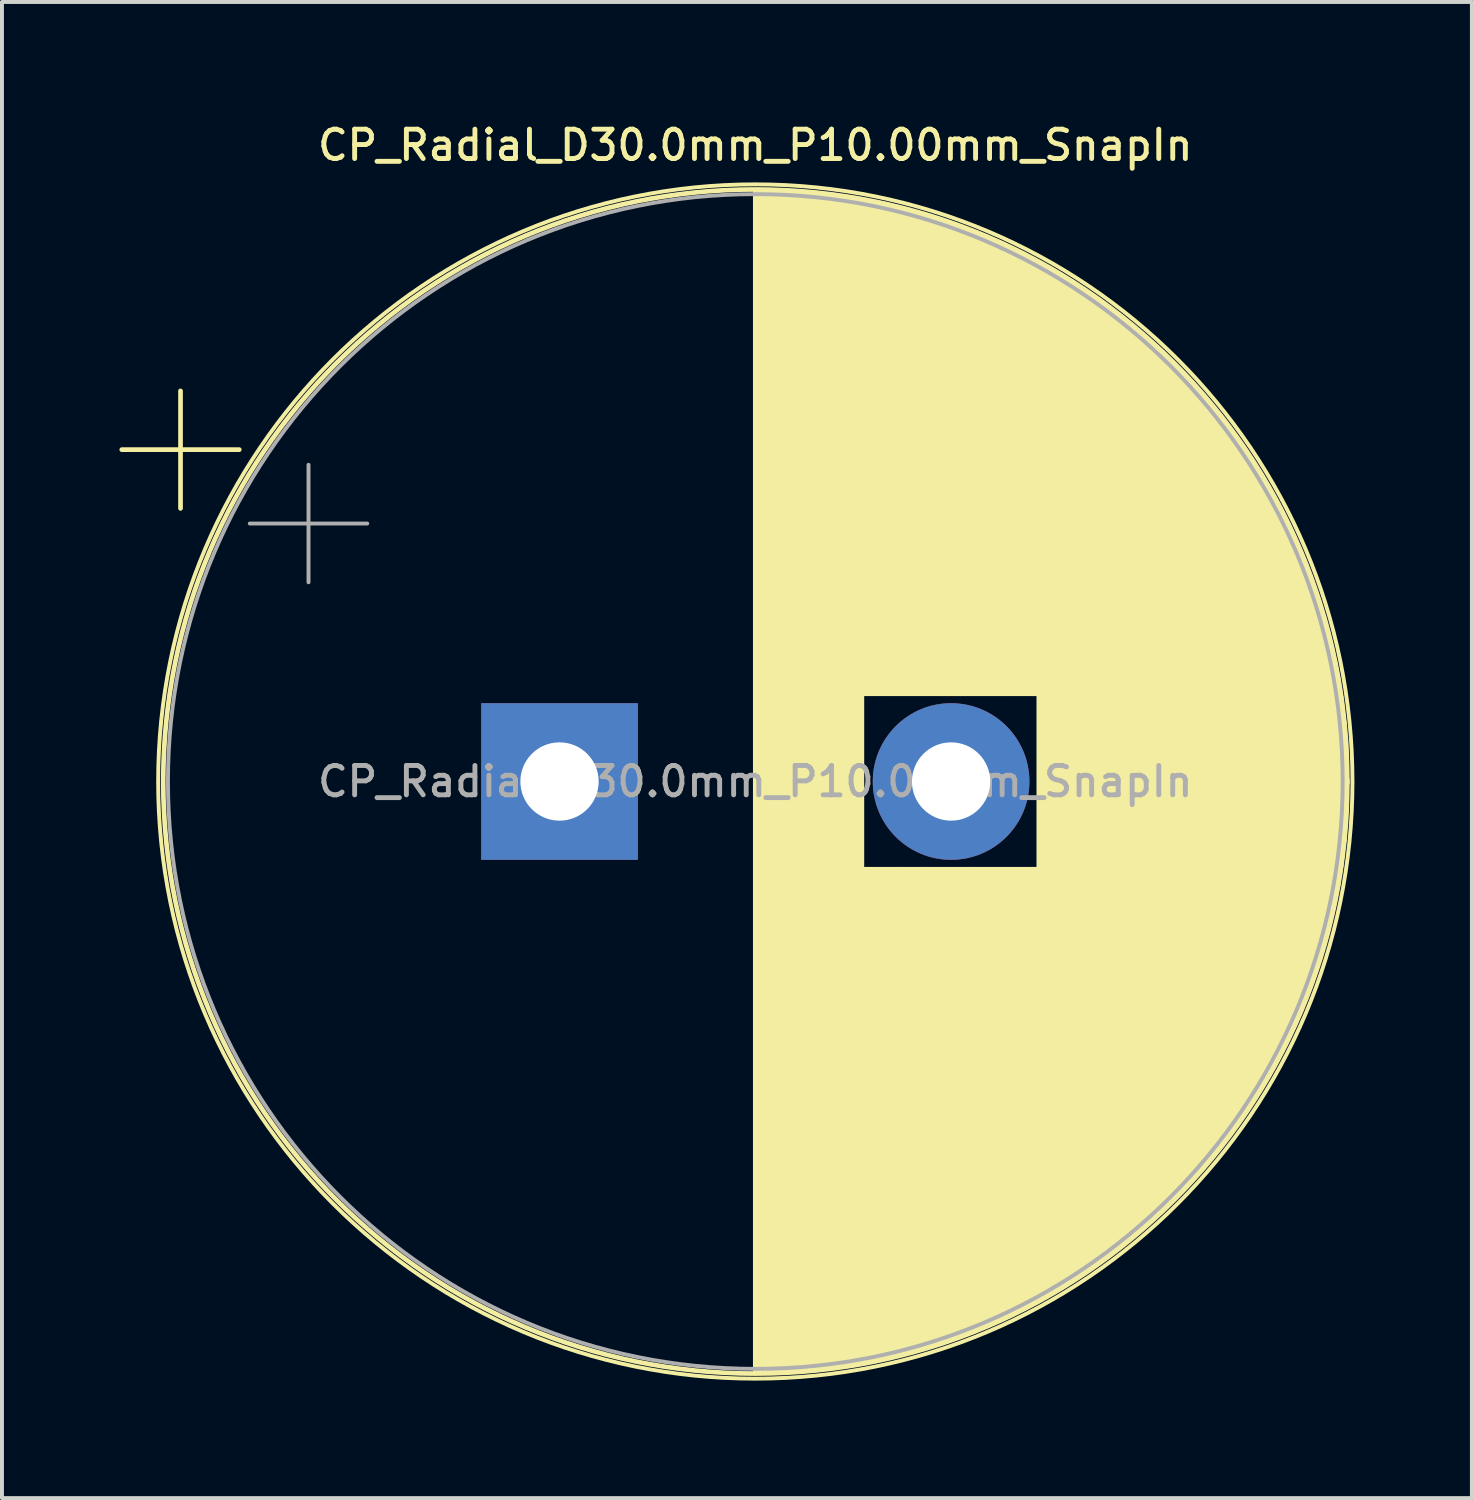
<source format=kicad_pcb>
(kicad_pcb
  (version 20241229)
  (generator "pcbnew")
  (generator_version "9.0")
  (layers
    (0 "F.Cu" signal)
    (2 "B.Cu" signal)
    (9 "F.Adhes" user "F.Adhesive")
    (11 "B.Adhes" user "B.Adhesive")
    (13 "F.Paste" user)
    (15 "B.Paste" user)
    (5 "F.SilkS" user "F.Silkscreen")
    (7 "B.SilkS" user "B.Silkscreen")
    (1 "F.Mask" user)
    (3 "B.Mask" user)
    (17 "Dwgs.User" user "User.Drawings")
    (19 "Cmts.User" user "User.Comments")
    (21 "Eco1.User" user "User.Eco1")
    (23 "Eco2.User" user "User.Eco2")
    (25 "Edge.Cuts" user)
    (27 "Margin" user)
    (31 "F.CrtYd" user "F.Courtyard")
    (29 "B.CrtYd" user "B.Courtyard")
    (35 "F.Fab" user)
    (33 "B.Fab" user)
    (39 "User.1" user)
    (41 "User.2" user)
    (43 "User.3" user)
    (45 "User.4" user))
  (footprint "CP_Radial_D30.0mm_P10.00mm_SnapIn"
    (layer "F.Cu")
    (at 11.239 16.908)
    (property "Reference" "CP_Radial_D30.0mm_P10.00mm_SnapIn" (at 5 -16.25 0) (layer "F.SilkS") (effects (font (size 0.75 0.75) (thickness 0.125))))
    (attr through_hole)
    (fp_line (start -11.179 -8.475) (end -8.179 -8.475) (stroke (width 0.12) (type solid)) (layer "F.SilkS"))
    (fp_line (start -9.679 -9.975) (end -9.679 -6.975) (stroke (width 0.12) (type solid)) (layer "F.SilkS"))
    (fp_line (start 5 -15.081) (end 5 15.081) (stroke (width 0.12) (type solid)) (layer "F.SilkS"))
    (fp_line (start 5.04 -15.08) (end 5.04 15.08) (stroke (width 0.12) (type solid)) (layer "F.SilkS"))
    (fp_line (start 5.08 -15.08) (end 5.08 15.08) (stroke (width 0.12) (type solid)) (layer "F.SilkS"))
    (fp_line (start 5.12 -15.08) (end 5.12 15.08) (stroke (width 0.12) (type solid)) (layer "F.SilkS"))
    (fp_line (start 5.16 -15.08) (end 5.16 15.08) (stroke (width 0.12) (type solid)) (layer "F.SilkS"))
    (fp_line (start 5.2 -15.079) (end 5.2 15.079) (stroke (width 0.12) (type solid)) (layer "F.SilkS"))
    (fp_line (start 5.24 -15.079) (end 5.24 15.079) (stroke (width 0.12) (type solid)) (layer "F.SilkS"))
    (fp_line (start 5.28 -15.078) (end 5.28 15.078) (stroke (width 0.12) (type solid)) (layer "F.SilkS"))
    (fp_line (start 5.32 -15.077) (end 5.32 15.077) (stroke (width 0.12) (type solid)) (layer "F.SilkS"))
    (fp_line (start 5.36 -15.076) (end 5.36 15.076) (stroke (width 0.12) (type solid)) (layer "F.SilkS"))
    (fp_line (start 5.4 -15.075) (end 5.4 15.075) (stroke (width 0.12) (type solid)) (layer "F.SilkS"))
    (fp_line (start 5.44 -15.074) (end 5.44 15.074) (stroke (width 0.12) (type solid)) (layer "F.SilkS"))
    (fp_line (start 5.48 -15.073) (end 5.48 15.073) (stroke (width 0.12) (type solid)) (layer "F.SilkS"))
    (fp_line (start 5.52 -15.072) (end 5.52 15.072) (stroke (width 0.12) (type solid)) (layer "F.SilkS"))
    (fp_line (start 5.56 -15.07) (end 5.56 15.07) (stroke (width 0.12) (type solid)) (layer "F.SilkS"))
    (fp_line (start 5.6 -15.069) (end 5.6 15.069) (stroke (width 0.12) (type solid)) (layer "F.SilkS"))
    (fp_line (start 5.64 -15.067) (end 5.64 15.067) (stroke (width 0.12) (type solid)) (layer "F.SilkS"))
    (fp_line (start 5.68 -15.065) (end 5.68 15.065) (stroke (width 0.12) (type solid)) (layer "F.SilkS"))
    (fp_line (start 5.721 -15.063) (end 5.721 15.063) (stroke (width 0.12) (type solid)) (layer "F.SilkS"))
    (fp_line (start 5.761 -15.061) (end 5.761 15.061) (stroke (width 0.12) (type solid)) (layer "F.SilkS"))
    (fp_line (start 5.801 -15.059) (end 5.801 15.059) (stroke (width 0.12) (type solid)) (layer "F.SilkS"))
    (fp_line (start 5.841 -15.057) (end 5.841 15.057) (stroke (width 0.12) (type solid)) (layer "F.SilkS"))
    (fp_line (start 5.881 -15.055) (end 5.881 15.055) (stroke (width 0.12) (type solid)) (layer "F.SilkS"))
    (fp_line (start 5.921 -15.052) (end 5.921 15.052) (stroke (width 0.12) (type solid)) (layer "F.SilkS"))
    (fp_line (start 5.961 -15.05) (end 5.961 15.05) (stroke (width 0.12) (type solid)) (layer "F.SilkS"))
    (fp_line (start 6.001 -15.047) (end 6.001 15.047) (stroke (width 0.12) (type solid)) (layer "F.SilkS"))
    (fp_line (start 6.041 -15.045) (end 6.041 15.045) (stroke (width 0.12) (type solid)) (layer "F.SilkS"))
    (fp_line (start 6.081 -15.042) (end 6.081 15.042) (stroke (width 0.12) (type solid)) (layer "F.SilkS"))
    (fp_line (start 6.121 -15.039) (end 6.121 15.039) (stroke (width 0.12) (type solid)) (layer "F.SilkS"))
    (fp_line (start 6.161 -15.036) (end 6.161 15.036) (stroke (width 0.12) (type solid)) (layer "F.SilkS"))
    (fp_line (start 6.201 -15.033) (end 6.201 15.033) (stroke (width 0.12) (type solid)) (layer "F.SilkS"))
    (fp_line (start 6.241 -15.03) (end 6.241 15.03) (stroke (width 0.12) (type solid)) (layer "F.SilkS"))
    (fp_line (start 6.281 -15.026) (end 6.281 15.026) (stroke (width 0.12) (type solid)) (layer "F.SilkS"))
    (fp_line (start 6.321 -15.023) (end 6.321 15.023) (stroke (width 0.12) (type solid)) (layer "F.SilkS"))
    (fp_line (start 6.361 -15.019) (end 6.361 15.019) (stroke (width 0.12) (type solid)) (layer "F.SilkS"))
    (fp_line (start 6.401 -15.016) (end 6.401 15.016) (stroke (width 0.12) (type solid)) (layer "F.SilkS"))
    (fp_line (start 6.441 -15.012) (end 6.441 15.012) (stroke (width 0.12) (type solid)) (layer "F.SilkS"))
    (fp_line (start 6.481 -15.008) (end 6.481 15.008) (stroke (width 0.12) (type solid)) (layer "F.SilkS"))
    (fp_line (start 6.521 -15.004) (end 6.521 15.004) (stroke (width 0.12) (type solid)) (layer "F.SilkS"))
    (fp_line (start 6.561 -15) (end 6.561 15) (stroke (width 0.12) (type solid)) (layer "F.SilkS"))
    (fp_line (start 6.601 -14.996) (end 6.601 14.996) (stroke (width 0.12) (type solid)) (layer "F.SilkS"))
    (fp_line (start 6.641 -14.991) (end 6.641 14.991) (stroke (width 0.12) (type solid)) (layer "F.SilkS"))
    (fp_line (start 6.681 -14.987) (end 6.681 14.987) (stroke (width 0.12) (type solid)) (layer "F.SilkS"))
    (fp_line (start 6.721 -14.982) (end 6.721 14.982) (stroke (width 0.12) (type solid)) (layer "F.SilkS"))
    (fp_line (start 6.761 -14.978) (end 6.761 14.978) (stroke (width 0.12) (type solid)) (layer "F.SilkS"))
    (fp_line (start 6.801 -14.973) (end 6.801 14.973) (stroke (width 0.12) (type solid)) (layer "F.SilkS"))
    (fp_line (start 6.841 -14.968) (end 6.841 14.968) (stroke (width 0.12) (type solid)) (layer "F.SilkS"))
    (fp_line (start 6.881 -14.963) (end 6.881 14.963) (stroke (width 0.12) (type solid)) (layer "F.SilkS"))
    (fp_line (start 6.921 -14.958) (end 6.921 14.958) (stroke (width 0.12) (type solid)) (layer "F.SilkS"))
    (fp_line (start 6.961 -14.953) (end 6.961 14.953) (stroke (width 0.12) (type solid)) (layer "F.SilkS"))
    (fp_line (start 7.001 -14.948) (end 7.001 14.948) (stroke (width 0.12) (type solid)) (layer "F.SilkS"))
    (fp_line (start 7.041 -14.942) (end 7.041 14.942) (stroke (width 0.12) (type solid)) (layer "F.SilkS"))
    (fp_line (start 7.081 -14.937) (end 7.081 14.937) (stroke (width 0.12) (type solid)) (layer "F.SilkS"))
    (fp_line (start 7.121 -14.931) (end 7.121 14.931) (stroke (width 0.12) (type solid)) (layer "F.SilkS"))
    (fp_line (start 7.161 -14.925) (end 7.161 14.925) (stroke (width 0.12) (type solid)) (layer "F.SilkS"))
    (fp_line (start 7.201 -14.92) (end 7.201 14.92) (stroke (width 0.12) (type solid)) (layer "F.SilkS"))
    (fp_line (start 7.241 -14.914) (end 7.241 14.914) (stroke (width 0.12) (type solid)) (layer "F.SilkS"))
    (fp_line (start 7.281 -14.908) (end 7.281 14.908) (stroke (width 0.12) (type solid)) (layer "F.SilkS"))
    (fp_line (start 7.321 -14.901) (end 7.321 14.901) (stroke (width 0.12) (type solid)) (layer "F.SilkS"))
    (fp_line (start 7.361 -14.895) (end 7.361 14.895) (stroke (width 0.12) (type solid)) (layer "F.SilkS"))
    (fp_line (start 7.401 -14.889) (end 7.401 14.889) (stroke (width 0.12) (type solid)) (layer "F.SilkS"))
    (fp_line (start 7.441 -14.882) (end 7.441 14.882) (stroke (width 0.12) (type solid)) (layer "F.SilkS"))
    (fp_line (start 7.481 -14.876) (end 7.481 14.876) (stroke (width 0.12) (type solid)) (layer "F.SilkS"))
    (fp_line (start 7.521 -14.869) (end 7.521 14.869) (stroke (width 0.12) (type solid)) (layer "F.SilkS"))
    (fp_line (start 7.561 -14.862) (end 7.561 14.862) (stroke (width 0.12) (type solid)) (layer "F.SilkS"))
    (fp_line (start 7.601 -14.855) (end 7.601 14.855) (stroke (width 0.12) (type solid)) (layer "F.SilkS"))
    (fp_line (start 7.641 -14.848) (end 7.641 14.848) (stroke (width 0.12) (type solid)) (layer "F.SilkS"))
    (fp_line (start 7.681 -14.841) (end 7.681 14.841) (stroke (width 0.12) (type solid)) (layer "F.SilkS"))
    (fp_line (start 7.721 -14.834) (end 7.721 14.834) (stroke (width 0.12) (type solid)) (layer "F.SilkS"))
    (fp_line (start 7.761 -14.826) (end 7.761 -2.24) (stroke (width 0.12) (type solid)) (layer "F.SilkS"))
    (fp_line (start 7.761 2.24) (end 7.761 14.826) (stroke (width 0.12) (type solid)) (layer "F.SilkS"))
    (fp_line (start 7.801 -14.819) (end 7.801 -2.24) (stroke (width 0.12) (type solid)) (layer "F.SilkS"))
    (fp_line (start 7.801 2.24) (end 7.801 14.819) (stroke (width 0.12) (type solid)) (layer "F.SilkS"))
    (fp_line (start 7.841 -14.811) (end 7.841 -2.24) (stroke (width 0.12) (type solid)) (layer "F.SilkS"))
    (fp_line (start 7.841 2.24) (end 7.841 14.811) (stroke (width 0.12) (type solid)) (layer "F.SilkS"))
    (fp_line (start 7.881 -14.804) (end 7.881 -2.24) (stroke (width 0.12) (type solid)) (layer "F.SilkS"))
    (fp_line (start 7.881 2.24) (end 7.881 14.804) (stroke (width 0.12) (type solid)) (layer "F.SilkS"))
    (fp_line (start 7.921 -14.796) (end 7.921 -2.24) (stroke (width 0.12) (type solid)) (layer "F.SilkS"))
    (fp_line (start 7.921 2.24) (end 7.921 14.796) (stroke (width 0.12) (type solid)) (layer "F.SilkS"))
    (fp_line (start 7.961 -14.788) (end 7.961 -2.24) (stroke (width 0.12) (type solid)) (layer "F.SilkS"))
    (fp_line (start 7.961 2.24) (end 7.961 14.788) (stroke (width 0.12) (type solid)) (layer "F.SilkS"))
    (fp_line (start 8.001 -14.78) (end 8.001 -2.24) (stroke (width 0.12) (type solid)) (layer "F.SilkS"))
    (fp_line (start 8.001 2.24) (end 8.001 14.78) (stroke (width 0.12) (type solid)) (layer "F.SilkS"))
    (fp_line (start 8.041 -14.772) (end 8.041 -2.24) (stroke (width 0.12) (type solid)) (layer "F.SilkS"))
    (fp_line (start 8.041 2.24) (end 8.041 14.772) (stroke (width 0.12) (type solid)) (layer "F.SilkS"))
    (fp_line (start 8.081 -14.763) (end 8.081 -2.24) (stroke (width 0.12) (type solid)) (layer "F.SilkS"))
    (fp_line (start 8.081 2.24) (end 8.081 14.763) (stroke (width 0.12) (type solid)) (layer "F.SilkS"))
    (fp_line (start 8.121 -14.755) (end 8.121 -2.24) (stroke (width 0.12) (type solid)) (layer "F.SilkS"))
    (fp_line (start 8.121 2.24) (end 8.121 14.755) (stroke (width 0.12) (type solid)) (layer "F.SilkS"))
    (fp_line (start 8.161 -14.747) (end 8.161 -2.24) (stroke (width 0.12) (type solid)) (layer "F.SilkS"))
    (fp_line (start 8.161 2.24) (end 8.161 14.747) (stroke (width 0.12) (type solid)) (layer "F.SilkS"))
    (fp_line (start 8.201 -14.738) (end 8.201 -2.24) (stroke (width 0.12) (type solid)) (layer "F.SilkS"))
    (fp_line (start 8.201 2.24) (end 8.201 14.738) (stroke (width 0.12) (type solid)) (layer "F.SilkS"))
    (fp_line (start 8.241 -14.729) (end 8.241 -2.24) (stroke (width 0.12) (type solid)) (layer "F.SilkS"))
    (fp_line (start 8.241 2.24) (end 8.241 14.729) (stroke (width 0.12) (type solid)) (layer "F.SilkS"))
    (fp_line (start 8.281 -14.72) (end 8.281 -2.24) (stroke (width 0.12) (type solid)) (layer "F.SilkS"))
    (fp_line (start 8.281 2.24) (end 8.281 14.72) (stroke (width 0.12) (type solid)) (layer "F.SilkS"))
    (fp_line (start 8.321 -14.711) (end 8.321 -2.24) (stroke (width 0.12) (type solid)) (layer "F.SilkS"))
    (fp_line (start 8.321 2.24) (end 8.321 14.711) (stroke (width 0.12) (type solid)) (layer "F.SilkS"))
    (fp_line (start 8.361 -14.702) (end 8.361 -2.24) (stroke (width 0.12) (type solid)) (layer "F.SilkS"))
    (fp_line (start 8.361 2.24) (end 8.361 14.702) (stroke (width 0.12) (type solid)) (layer "F.SilkS"))
    (fp_line (start 8.401 -14.693) (end 8.401 -2.24) (stroke (width 0.12) (type solid)) (layer "F.SilkS"))
    (fp_line (start 8.401 2.24) (end 8.401 14.693) (stroke (width 0.12) (type solid)) (layer "F.SilkS"))
    (fp_line (start 8.441 -14.684) (end 8.441 -2.24) (stroke (width 0.12) (type solid)) (layer "F.SilkS"))
    (fp_line (start 8.441 2.24) (end 8.441 14.684) (stroke (width 0.12) (type solid)) (layer "F.SilkS"))
    (fp_line (start 8.481 -14.675) (end 8.481 -2.24) (stroke (width 0.12) (type solid)) (layer "F.SilkS"))
    (fp_line (start 8.481 2.24) (end 8.481 14.675) (stroke (width 0.12) (type solid)) (layer "F.SilkS"))
    (fp_line (start 8.521 -14.665) (end 8.521 -2.24) (stroke (width 0.12) (type solid)) (layer "F.SilkS"))
    (fp_line (start 8.521 2.24) (end 8.521 14.665) (stroke (width 0.12) (type solid)) (layer "F.SilkS"))
    (fp_line (start 8.561 -14.655) (end 8.561 -2.24) (stroke (width 0.12) (type solid)) (layer "F.SilkS"))
    (fp_line (start 8.561 2.24) (end 8.561 14.655) (stroke (width 0.12) (type solid)) (layer "F.SilkS"))
    (fp_line (start 8.601 -14.646) (end 8.601 -2.24) (stroke (width 0.12) (type solid)) (layer "F.SilkS"))
    (fp_line (start 8.601 2.24) (end 8.601 14.646) (stroke (width 0.12) (type solid)) (layer "F.SilkS"))
    (fp_line (start 8.641 -14.636) (end 8.641 -2.24) (stroke (width 0.12) (type solid)) (layer "F.SilkS"))
    (fp_line (start 8.641 2.24) (end 8.641 14.636) (stroke (width 0.12) (type solid)) (layer "F.SilkS"))
    (fp_line (start 8.681 -14.626) (end 8.681 -2.24) (stroke (width 0.12) (type solid)) (layer "F.SilkS"))
    (fp_line (start 8.681 2.24) (end 8.681 14.626) (stroke (width 0.12) (type solid)) (layer "F.SilkS"))
    (fp_line (start 8.721 -14.616) (end 8.721 -2.24) (stroke (width 0.12) (type solid)) (layer "F.SilkS"))
    (fp_line (start 8.721 2.24) (end 8.721 14.616) (stroke (width 0.12) (type solid)) (layer "F.SilkS"))
    (fp_line (start 8.761 -14.606) (end 8.761 -2.24) (stroke (width 0.12) (type solid)) (layer "F.SilkS"))
    (fp_line (start 8.761 2.24) (end 8.761 14.606) (stroke (width 0.12) (type solid)) (layer "F.SilkS"))
    (fp_line (start 8.801 -14.595) (end 8.801 -2.24) (stroke (width 0.12) (type solid)) (layer "F.SilkS"))
    (fp_line (start 8.801 2.24) (end 8.801 14.595) (stroke (width 0.12) (type solid)) (layer "F.SilkS"))
    (fp_line (start 8.841 -14.585) (end 8.841 -2.24) (stroke (width 0.12) (type solid)) (layer "F.SilkS"))
    (fp_line (start 8.841 2.24) (end 8.841 14.585) (stroke (width 0.12) (type solid)) (layer "F.SilkS"))
    (fp_line (start 8.881 -14.574) (end 8.881 -2.24) (stroke (width 0.12) (type solid)) (layer "F.SilkS"))
    (fp_line (start 8.881 2.24) (end 8.881 14.574) (stroke (width 0.12) (type solid)) (layer "F.SilkS"))
    (fp_line (start 8.921 -14.564) (end 8.921 -2.24) (stroke (width 0.12) (type solid)) (layer "F.SilkS"))
    (fp_line (start 8.921 2.24) (end 8.921 14.564) (stroke (width 0.12) (type solid)) (layer "F.SilkS"))
    (fp_line (start 8.961 -14.553) (end 8.961 -2.24) (stroke (width 0.12) (type solid)) (layer "F.SilkS"))
    (fp_line (start 8.961 2.24) (end 8.961 14.553) (stroke (width 0.12) (type solid)) (layer "F.SilkS"))
    (fp_line (start 9.001 -14.542) (end 9.001 -2.24) (stroke (width 0.12) (type solid)) (layer "F.SilkS"))
    (fp_line (start 9.001 2.24) (end 9.001 14.542) (stroke (width 0.12) (type solid)) (layer "F.SilkS"))
    (fp_line (start 9.041 -14.531) (end 9.041 -2.24) (stroke (width 0.12) (type solid)) (layer "F.SilkS"))
    (fp_line (start 9.041 2.24) (end 9.041 14.531) (stroke (width 0.12) (type solid)) (layer "F.SilkS"))
    (fp_line (start 9.081 -14.52) (end 9.081 -2.24) (stroke (width 0.12) (type solid)) (layer "F.SilkS"))
    (fp_line (start 9.081 2.24) (end 9.081 14.52) (stroke (width 0.12) (type solid)) (layer "F.SilkS"))
    (fp_line (start 9.121 -14.508) (end 9.121 -2.24) (stroke (width 0.12) (type solid)) (layer "F.SilkS"))
    (fp_line (start 9.121 2.24) (end 9.121 14.508) (stroke (width 0.12) (type solid)) (layer "F.SilkS"))
    (fp_line (start 9.161 -14.497) (end 9.161 -2.24) (stroke (width 0.12) (type solid)) (layer "F.SilkS"))
    (fp_line (start 9.161 2.24) (end 9.161 14.497) (stroke (width 0.12) (type solid)) (layer "F.SilkS"))
    (fp_line (start 9.201 -14.485) (end 9.201 -2.24) (stroke (width 0.12) (type solid)) (layer "F.SilkS"))
    (fp_line (start 9.201 2.24) (end 9.201 14.485) (stroke (width 0.12) (type solid)) (layer "F.SilkS"))
    (fp_line (start 9.241 -14.474) (end 9.241 -2.24) (stroke (width 0.12) (type solid)) (layer "F.SilkS"))
    (fp_line (start 9.241 2.24) (end 9.241 14.474) (stroke (width 0.12) (type solid)) (layer "F.SilkS"))
    (fp_line (start 9.281 -14.462) (end 9.281 -2.24) (stroke (width 0.12) (type solid)) (layer "F.SilkS"))
    (fp_line (start 9.281 2.24) (end 9.281 14.462) (stroke (width 0.12) (type solid)) (layer "F.SilkS"))
    (fp_line (start 9.321 -14.45) (end 9.321 -2.24) (stroke (width 0.12) (type solid)) (layer "F.SilkS"))
    (fp_line (start 9.321 2.24) (end 9.321 14.45) (stroke (width 0.12) (type solid)) (layer "F.SilkS"))
    (fp_line (start 9.361 -14.438) (end 9.361 -2.24) (stroke (width 0.12) (type solid)) (layer "F.SilkS"))
    (fp_line (start 9.361 2.24) (end 9.361 14.438) (stroke (width 0.12) (type solid)) (layer "F.SilkS"))
    (fp_line (start 9.401 -14.426) (end 9.401 -2.24) (stroke (width 0.12) (type solid)) (layer "F.SilkS"))
    (fp_line (start 9.401 2.24) (end 9.401 14.426) (stroke (width 0.12) (type solid)) (layer "F.SilkS"))
    (fp_line (start 9.441 -14.414) (end 9.441 -2.24) (stroke (width 0.12) (type solid)) (layer "F.SilkS"))
    (fp_line (start 9.441 2.24) (end 9.441 14.414) (stroke (width 0.12) (type solid)) (layer "F.SilkS"))
    (fp_line (start 9.481 -14.402) (end 9.481 -2.24) (stroke (width 0.12) (type solid)) (layer "F.SilkS"))
    (fp_line (start 9.481 2.24) (end 9.481 14.402) (stroke (width 0.12) (type solid)) (layer "F.SilkS"))
    (fp_line (start 9.521 -14.389) (end 9.521 -2.24) (stroke (width 0.12) (type solid)) (layer "F.SilkS"))
    (fp_line (start 9.521 2.24) (end 9.521 14.389) (stroke (width 0.12) (type solid)) (layer "F.SilkS"))
    (fp_line (start 9.561 -14.376) (end 9.561 -2.24) (stroke (width 0.12) (type solid)) (layer "F.SilkS"))
    (fp_line (start 9.561 2.24) (end 9.561 14.376) (stroke (width 0.12) (type solid)) (layer "F.SilkS"))
    (fp_line (start 9.601 -14.364) (end 9.601 -2.24) (stroke (width 0.12) (type solid)) (layer "F.SilkS"))
    (fp_line (start 9.601 2.24) (end 9.601 14.364) (stroke (width 0.12) (type solid)) (layer "F.SilkS"))
    (fp_line (start 9.641 -14.351) (end 9.641 -2.24) (stroke (width 0.12) (type solid)) (layer "F.SilkS"))
    (fp_line (start 9.641 2.24) (end 9.641 14.351) (stroke (width 0.12) (type solid)) (layer "F.SilkS"))
    (fp_line (start 9.681 -14.338) (end 9.681 -2.24) (stroke (width 0.12) (type solid)) (layer "F.SilkS"))
    (fp_line (start 9.681 2.24) (end 9.681 14.338) (stroke (width 0.12) (type solid)) (layer "F.SilkS"))
    (fp_line (start 9.721 -14.325) (end 9.721 -2.24) (stroke (width 0.12) (type solid)) (layer "F.SilkS"))
    (fp_line (start 9.721 2.24) (end 9.721 14.325) (stroke (width 0.12) (type solid)) (layer "F.SilkS"))
    (fp_line (start 9.761 -14.312) (end 9.761 -2.24) (stroke (width 0.12) (type solid)) (layer "F.SilkS"))
    (fp_line (start 9.761 2.24) (end 9.761 14.312) (stroke (width 0.12) (type solid)) (layer "F.SilkS"))
    (fp_line (start 9.801 -14.298) (end 9.801 -2.24) (stroke (width 0.12) (type solid)) (layer "F.SilkS"))
    (fp_line (start 9.801 2.24) (end 9.801 14.298) (stroke (width 0.12) (type solid)) (layer "F.SilkS"))
    (fp_line (start 9.841 -14.285) (end 9.841 -2.24) (stroke (width 0.12) (type solid)) (layer "F.SilkS"))
    (fp_line (start 9.841 2.24) (end 9.841 14.285) (stroke (width 0.12) (type solid)) (layer "F.SilkS"))
    (fp_line (start 9.881 -14.271) (end 9.881 -2.24) (stroke (width 0.12) (type solid)) (layer "F.SilkS"))
    (fp_line (start 9.881 2.24) (end 9.881 14.271) (stroke (width 0.12) (type solid)) (layer "F.SilkS"))
    (fp_line (start 9.921 -14.258) (end 9.921 -2.24) (stroke (width 0.12) (type solid)) (layer "F.SilkS"))
    (fp_line (start 9.921 2.24) (end 9.921 14.258) (stroke (width 0.12) (type solid)) (layer "F.SilkS"))
    (fp_line (start 9.961 -14.244) (end 9.961 -2.24) (stroke (width 0.12) (type solid)) (layer "F.SilkS"))
    (fp_line (start 9.961 2.24) (end 9.961 14.244) (stroke (width 0.12) (type solid)) (layer "F.SilkS"))
    (fp_line (start 10.001 -14.23) (end 10.001 -2.24) (stroke (width 0.12) (type solid)) (layer "F.SilkS"))
    (fp_line (start 10.001 2.24) (end 10.001 14.23) (stroke (width 0.12) (type solid)) (layer "F.SilkS"))
    (fp_line (start 10.041 -14.216) (end 10.041 -2.24) (stroke (width 0.12) (type solid)) (layer "F.SilkS"))
    (fp_line (start 10.041 2.24) (end 10.041 14.216) (stroke (width 0.12) (type solid)) (layer "F.SilkS"))
    (fp_line (start 10.081 -14.202) (end 10.081 -2.24) (stroke (width 0.12) (type solid)) (layer "F.SilkS"))
    (fp_line (start 10.081 2.24) (end 10.081 14.202) (stroke (width 0.12) (type solid)) (layer "F.SilkS"))
    (fp_line (start 10.121 -14.187) (end 10.121 -2.24) (stroke (width 0.12) (type solid)) (layer "F.SilkS"))
    (fp_line (start 10.121 2.24) (end 10.121 14.187) (stroke (width 0.12) (type solid)) (layer "F.SilkS"))
    (fp_line (start 10.161 -14.173) (end 10.161 -2.24) (stroke (width 0.12) (type solid)) (layer "F.SilkS"))
    (fp_line (start 10.161 2.24) (end 10.161 14.173) (stroke (width 0.12) (type solid)) (layer "F.SilkS"))
    (fp_line (start 10.201 -14.158) (end 10.201 -2.24) (stroke (width 0.12) (type solid)) (layer "F.SilkS"))
    (fp_line (start 10.201 2.24) (end 10.201 14.158) (stroke (width 0.12) (type solid)) (layer "F.SilkS"))
    (fp_line (start 10.241 -14.143) (end 10.241 -2.24) (stroke (width 0.12) (type solid)) (layer "F.SilkS"))
    (fp_line (start 10.241 2.24) (end 10.241 14.143) (stroke (width 0.12) (type solid)) (layer "F.SilkS"))
    (fp_line (start 10.281 -14.129) (end 10.281 -2.24) (stroke (width 0.12) (type solid)) (layer "F.SilkS"))
    (fp_line (start 10.281 2.24) (end 10.281 14.129) (stroke (width 0.12) (type solid)) (layer "F.SilkS"))
    (fp_line (start 10.321 -14.114) (end 10.321 -2.24) (stroke (width 0.12) (type solid)) (layer "F.SilkS"))
    (fp_line (start 10.321 2.24) (end 10.321 14.114) (stroke (width 0.12) (type solid)) (layer "F.SilkS"))
    (fp_line (start 10.361 -14.099) (end 10.361 -2.24) (stroke (width 0.12) (type solid)) (layer "F.SilkS"))
    (fp_line (start 10.361 2.24) (end 10.361 14.099) (stroke (width 0.12) (type solid)) (layer "F.SilkS"))
    (fp_line (start 10.401 -14.083) (end 10.401 -2.24) (stroke (width 0.12) (type solid)) (layer "F.SilkS"))
    (fp_line (start 10.401 2.24) (end 10.401 14.083) (stroke (width 0.12) (type solid)) (layer "F.SilkS"))
    (fp_line (start 10.441 -14.068) (end 10.441 -2.24) (stroke (width 0.12) (type solid)) (layer "F.SilkS"))
    (fp_line (start 10.441 2.24) (end 10.441 14.068) (stroke (width 0.12) (type solid)) (layer "F.SilkS"))
    (fp_line (start 10.481 -14.052) (end 10.481 -2.24) (stroke (width 0.12) (type solid)) (layer "F.SilkS"))
    (fp_line (start 10.481 2.24) (end 10.481 14.052) (stroke (width 0.12) (type solid)) (layer "F.SilkS"))
    (fp_line (start 10.521 -14.037) (end 10.521 -2.24) (stroke (width 0.12) (type solid)) (layer "F.SilkS"))
    (fp_line (start 10.521 2.24) (end 10.521 14.037) (stroke (width 0.12) (type solid)) (layer "F.SilkS"))
    (fp_line (start 10.561 -14.021) (end 10.561 -2.24) (stroke (width 0.12) (type solid)) (layer "F.SilkS"))
    (fp_line (start 10.561 2.24) (end 10.561 14.021) (stroke (width 0.12) (type solid)) (layer "F.SilkS"))
    (fp_line (start 10.601 -14.005) (end 10.601 -2.24) (stroke (width 0.12) (type solid)) (layer "F.SilkS"))
    (fp_line (start 10.601 2.24) (end 10.601 14.005) (stroke (width 0.12) (type solid)) (layer "F.SilkS"))
    (fp_line (start 10.641 -13.989) (end 10.641 -2.24) (stroke (width 0.12) (type solid)) (layer "F.SilkS"))
    (fp_line (start 10.641 2.24) (end 10.641 13.989) (stroke (width 0.12) (type solid)) (layer "F.SilkS"))
    (fp_line (start 10.681 -13.973) (end 10.681 -2.24) (stroke (width 0.12) (type solid)) (layer "F.SilkS"))
    (fp_line (start 10.681 2.24) (end 10.681 13.973) (stroke (width 0.12) (type solid)) (layer "F.SilkS"))
    (fp_line (start 10.721 -13.957) (end 10.721 -2.24) (stroke (width 0.12) (type solid)) (layer "F.SilkS"))
    (fp_line (start 10.721 2.24) (end 10.721 13.957) (stroke (width 0.12) (type solid)) (layer "F.SilkS"))
    (fp_line (start 10.761 -13.94) (end 10.761 -2.24) (stroke (width 0.12) (type solid)) (layer "F.SilkS"))
    (fp_line (start 10.761 2.24) (end 10.761 13.94) (stroke (width 0.12) (type solid)) (layer "F.SilkS"))
    (fp_line (start 10.801 -13.924) (end 10.801 -2.24) (stroke (width 0.12) (type solid)) (layer "F.SilkS"))
    (fp_line (start 10.801 2.24) (end 10.801 13.924) (stroke (width 0.12) (type solid)) (layer "F.SilkS"))
    (fp_line (start 10.841 -13.907) (end 10.841 -2.24) (stroke (width 0.12) (type solid)) (layer "F.SilkS"))
    (fp_line (start 10.841 2.24) (end 10.841 13.907) (stroke (width 0.12) (type solid)) (layer "F.SilkS"))
    (fp_line (start 10.881 -13.89) (end 10.881 -2.24) (stroke (width 0.12) (type solid)) (layer "F.SilkS"))
    (fp_line (start 10.881 2.24) (end 10.881 13.89) (stroke (width 0.12) (type solid)) (layer "F.SilkS"))
    (fp_line (start 10.921 -13.873) (end 10.921 -2.24) (stroke (width 0.12) (type solid)) (layer "F.SilkS"))
    (fp_line (start 10.921 2.24) (end 10.921 13.873) (stroke (width 0.12) (type solid)) (layer "F.SilkS"))
    (fp_line (start 10.961 -13.856) (end 10.961 -2.24) (stroke (width 0.12) (type solid)) (layer "F.SilkS"))
    (fp_line (start 10.961 2.24) (end 10.961 13.856) (stroke (width 0.12) (type solid)) (layer "F.SilkS"))
    (fp_line (start 11.001 -13.839) (end 11.001 -2.24) (stroke (width 0.12) (type solid)) (layer "F.SilkS"))
    (fp_line (start 11.001 2.24) (end 11.001 13.839) (stroke (width 0.12) (type solid)) (layer "F.SilkS"))
    (fp_line (start 11.041 -13.822) (end 11.041 -2.24) (stroke (width 0.12) (type solid)) (layer "F.SilkS"))
    (fp_line (start 11.041 2.24) (end 11.041 13.822) (stroke (width 0.12) (type solid)) (layer "F.SilkS"))
    (fp_line (start 11.081 -13.804) (end 11.081 -2.24) (stroke (width 0.12) (type solid)) (layer "F.SilkS"))
    (fp_line (start 11.081 2.24) (end 11.081 13.804) (stroke (width 0.12) (type solid)) (layer "F.SilkS"))
    (fp_line (start 11.121 -13.787) (end 11.121 -2.24) (stroke (width 0.12) (type solid)) (layer "F.SilkS"))
    (fp_line (start 11.121 2.24) (end 11.121 13.787) (stroke (width 0.12) (type solid)) (layer "F.SilkS"))
    (fp_line (start 11.161 -13.769) (end 11.161 -2.24) (stroke (width 0.12) (type solid)) (layer "F.SilkS"))
    (fp_line (start 11.161 2.24) (end 11.161 13.769) (stroke (width 0.12) (type solid)) (layer "F.SilkS"))
    (fp_line (start 11.201 -13.751) (end 11.201 -2.24) (stroke (width 0.12) (type solid)) (layer "F.SilkS"))
    (fp_line (start 11.201 2.24) (end 11.201 13.751) (stroke (width 0.12) (type solid)) (layer "F.SilkS"))
    (fp_line (start 11.241 -13.733) (end 11.241 -2.24) (stroke (width 0.12) (type solid)) (layer "F.SilkS"))
    (fp_line (start 11.241 2.24) (end 11.241 13.733) (stroke (width 0.12) (type solid)) (layer "F.SilkS"))
    (fp_line (start 11.281 -13.715) (end 11.281 -2.24) (stroke (width 0.12) (type solid)) (layer "F.SilkS"))
    (fp_line (start 11.281 2.24) (end 11.281 13.715) (stroke (width 0.12) (type solid)) (layer "F.SilkS"))
    (fp_line (start 11.321 -13.696) (end 11.321 -2.24) (stroke (width 0.12) (type solid)) (layer "F.SilkS"))
    (fp_line (start 11.321 2.24) (end 11.321 13.696) (stroke (width 0.12) (type solid)) (layer "F.SilkS"))
    (fp_line (start 11.361 -13.678) (end 11.361 -2.24) (stroke (width 0.12) (type solid)) (layer "F.SilkS"))
    (fp_line (start 11.361 2.24) (end 11.361 13.678) (stroke (width 0.12) (type solid)) (layer "F.SilkS"))
    (fp_line (start 11.401 -13.659) (end 11.401 -2.24) (stroke (width 0.12) (type solid)) (layer "F.SilkS"))
    (fp_line (start 11.401 2.24) (end 11.401 13.659) (stroke (width 0.12) (type solid)) (layer "F.SilkS"))
    (fp_line (start 11.441 -13.64) (end 11.441 -2.24) (stroke (width 0.12) (type solid)) (layer "F.SilkS"))
    (fp_line (start 11.441 2.24) (end 11.441 13.64) (stroke (width 0.12) (type solid)) (layer "F.SilkS"))
    (fp_line (start 11.481 -13.622) (end 11.481 -2.24) (stroke (width 0.12) (type solid)) (layer "F.SilkS"))
    (fp_line (start 11.481 2.24) (end 11.481 13.622) (stroke (width 0.12) (type solid)) (layer "F.SilkS"))
    (fp_line (start 11.521 -13.602) (end 11.521 -2.24) (stroke (width 0.12) (type solid)) (layer "F.SilkS"))
    (fp_line (start 11.521 2.24) (end 11.521 13.602) (stroke (width 0.12) (type solid)) (layer "F.SilkS"))
    (fp_line (start 11.561 -13.583) (end 11.561 -2.24) (stroke (width 0.12) (type solid)) (layer "F.SilkS"))
    (fp_line (start 11.561 2.24) (end 11.561 13.583) (stroke (width 0.12) (type solid)) (layer "F.SilkS"))
    (fp_line (start 11.601 -13.564) (end 11.601 -2.24) (stroke (width 0.12) (type solid)) (layer "F.SilkS"))
    (fp_line (start 11.601 2.24) (end 11.601 13.564) (stroke (width 0.12) (type solid)) (layer "F.SilkS"))
    (fp_line (start 11.641 -13.544) (end 11.641 -2.24) (stroke (width 0.12) (type solid)) (layer "F.SilkS"))
    (fp_line (start 11.641 2.24) (end 11.641 13.544) (stroke (width 0.12) (type solid)) (layer "F.SilkS"))
    (fp_line (start 11.681 -13.525) (end 11.681 -2.24) (stroke (width 0.12) (type solid)) (layer "F.SilkS"))
    (fp_line (start 11.681 2.24) (end 11.681 13.525) (stroke (width 0.12) (type solid)) (layer "F.SilkS"))
    (fp_line (start 11.721 -13.505) (end 11.721 -2.24) (stroke (width 0.12) (type solid)) (layer "F.SilkS"))
    (fp_line (start 11.721 2.24) (end 11.721 13.505) (stroke (width 0.12) (type solid)) (layer "F.SilkS"))
    (fp_line (start 11.761 -13.485) (end 11.761 -2.24) (stroke (width 0.12) (type solid)) (layer "F.SilkS"))
    (fp_line (start 11.761 2.24) (end 11.761 13.485) (stroke (width 0.12) (type solid)) (layer "F.SilkS"))
    (fp_line (start 11.801 -13.465) (end 11.801 -2.24) (stroke (width 0.12) (type solid)) (layer "F.SilkS"))
    (fp_line (start 11.801 2.24) (end 11.801 13.465) (stroke (width 0.12) (type solid)) (layer "F.SilkS"))
    (fp_line (start 11.841 -13.445) (end 11.841 -2.24) (stroke (width 0.12) (type solid)) (layer "F.SilkS"))
    (fp_line (start 11.841 2.24) (end 11.841 13.445) (stroke (width 0.12) (type solid)) (layer "F.SilkS"))
    (fp_line (start 11.881 -13.425) (end 11.881 -2.24) (stroke (width 0.12) (type solid)) (layer "F.SilkS"))
    (fp_line (start 11.881 2.24) (end 11.881 13.425) (stroke (width 0.12) (type solid)) (layer "F.SilkS"))
    (fp_line (start 11.921 -13.404) (end 11.921 -2.24) (stroke (width 0.12) (type solid)) (layer "F.SilkS"))
    (fp_line (start 11.921 2.24) (end 11.921 13.404) (stroke (width 0.12) (type solid)) (layer "F.SilkS"))
    (fp_line (start 11.961 -13.383) (end 11.961 -2.24) (stroke (width 0.12) (type solid)) (layer "F.SilkS"))
    (fp_line (start 11.961 2.24) (end 11.961 13.383) (stroke (width 0.12) (type solid)) (layer "F.SilkS"))
    (fp_line (start 12.001 -13.363) (end 12.001 -2.24) (stroke (width 0.12) (type solid)) (layer "F.SilkS"))
    (fp_line (start 12.001 2.24) (end 12.001 13.363) (stroke (width 0.12) (type solid)) (layer "F.SilkS"))
    (fp_line (start 12.041 -13.342) (end 12.041 -2.24) (stroke (width 0.12) (type solid)) (layer "F.SilkS"))
    (fp_line (start 12.041 2.24) (end 12.041 13.342) (stroke (width 0.12) (type solid)) (layer "F.SilkS"))
    (fp_line (start 12.081 -13.32) (end 12.081 -2.24) (stroke (width 0.12) (type solid)) (layer "F.SilkS"))
    (fp_line (start 12.081 2.24) (end 12.081 13.32) (stroke (width 0.12) (type solid)) (layer "F.SilkS"))
    (fp_line (start 12.121 -13.299) (end 12.121 -2.24) (stroke (width 0.12) (type solid)) (layer "F.SilkS"))
    (fp_line (start 12.121 2.24) (end 12.121 13.299) (stroke (width 0.12) (type solid)) (layer "F.SilkS"))
    (fp_line (start 12.161 -13.278) (end 12.161 -2.24) (stroke (width 0.12) (type solid)) (layer "F.SilkS"))
    (fp_line (start 12.161 2.24) (end 12.161 13.278) (stroke (width 0.12) (type solid)) (layer "F.SilkS"))
    (fp_line (start 12.201 -13.256) (end 12.201 -2.24) (stroke (width 0.12) (type solid)) (layer "F.SilkS"))
    (fp_line (start 12.201 2.24) (end 12.201 13.256) (stroke (width 0.12) (type solid)) (layer "F.SilkS"))
    (fp_line (start 12.241 -13.234) (end 12.241 13.234) (stroke (width 0.12) (type solid)) (layer "F.SilkS"))
    (fp_line (start 12.281 -13.213) (end 12.281 13.213) (stroke (width 0.12) (type solid)) (layer "F.SilkS"))
    (fp_line (start 12.321 -13.19) (end 12.321 13.19) (stroke (width 0.12) (type solid)) (layer "F.SilkS"))
    (fp_line (start 12.361 -13.168) (end 12.361 13.168) (stroke (width 0.12) (type solid)) (layer "F.SilkS"))
    (fp_line (start 12.401 -13.146) (end 12.401 13.146) (stroke (width 0.12) (type solid)) (layer "F.SilkS"))
    (fp_line (start 12.441 -13.123) (end 12.441 13.123) (stroke (width 0.12) (type solid)) (layer "F.SilkS"))
    (fp_line (start 12.481 -13.101) (end 12.481 13.101) (stroke (width 0.12) (type solid)) (layer "F.SilkS"))
    (fp_line (start 12.521 -13.078) (end 12.521 13.078) (stroke (width 0.12) (type solid)) (layer "F.SilkS"))
    (fp_line (start 12.561 -13.055) (end 12.561 13.055) (stroke (width 0.12) (type solid)) (layer "F.SilkS"))
    (fp_line (start 12.601 -13.032) (end 12.601 13.032) (stroke (width 0.12) (type solid)) (layer "F.SilkS"))
    (fp_line (start 12.641 -13.008) (end 12.641 13.008) (stroke (width 0.12) (type solid)) (layer "F.SilkS"))
    (fp_line (start 12.681 -12.985) (end 12.681 12.985) (stroke (width 0.12) (type solid)) (layer "F.SilkS"))
    (fp_line (start 12.721 -12.961) (end 12.721 12.961) (stroke (width 0.12) (type solid)) (layer "F.SilkS"))
    (fp_line (start 12.761 -12.937) (end 12.761 12.937) (stroke (width 0.12) (type solid)) (layer "F.SilkS"))
    (fp_line (start 12.801 -12.913) (end 12.801 12.913) (stroke (width 0.12) (type solid)) (layer "F.SilkS"))
    (fp_line (start 12.841 -12.889) (end 12.841 12.889) (stroke (width 0.12) (type solid)) (layer "F.SilkS"))
    (fp_line (start 12.881 -12.865) (end 12.881 12.865) (stroke (width 0.12) (type solid)) (layer "F.SilkS"))
    (fp_line (start 12.921 -12.84) (end 12.921 12.84) (stroke (width 0.12) (type solid)) (layer "F.SilkS"))
    (fp_line (start 12.961 -12.816) (end 12.961 12.816) (stroke (width 0.12) (type solid)) (layer "F.SilkS"))
    (fp_line (start 13.001 -12.791) (end 13.001 12.791) (stroke (width 0.12) (type solid)) (layer "F.SilkS"))
    (fp_line (start 13.041 -12.766) (end 13.041 12.766) (stroke (width 0.12) (type solid)) (layer "F.SilkS"))
    (fp_line (start 13.081 -12.74) (end 13.081 12.74) (stroke (width 0.12) (type solid)) (layer "F.SilkS"))
    (fp_line (start 13.121 -12.715) (end 13.121 12.715) (stroke (width 0.12) (type solid)) (layer "F.SilkS"))
    (fp_line (start 13.161 -12.69) (end 13.161 12.69) (stroke (width 0.12) (type solid)) (layer "F.SilkS"))
    (fp_line (start 13.2 -12.664) (end 13.2 12.664) (stroke (width 0.12) (type solid)) (layer "F.SilkS"))
    (fp_line (start 13.24 -12.638) (end 13.24 12.638) (stroke (width 0.12) (type solid)) (layer "F.SilkS"))
    (fp_line (start 13.28 -12.612) (end 13.28 12.612) (stroke (width 0.12) (type solid)) (layer "F.SilkS"))
    (fp_line (start 13.32 -12.586) (end 13.32 12.586) (stroke (width 0.12) (type solid)) (layer "F.SilkS"))
    (fp_line (start 13.36 -12.559) (end 13.36 12.559) (stroke (width 0.12) (type solid)) (layer "F.SilkS"))
    (fp_line (start 13.4 -12.532) (end 13.4 12.532) (stroke (width 0.12) (type solid)) (layer "F.SilkS"))
    (fp_line (start 13.44 -12.506) (end 13.44 12.506) (stroke (width 0.12) (type solid)) (layer "F.SilkS"))
    (fp_line (start 13.48 -12.479) (end 13.48 12.479) (stroke (width 0.12) (type solid)) (layer "F.SilkS"))
    (fp_line (start 13.52 -12.451) (end 13.52 12.451) (stroke (width 0.12) (type solid)) (layer "F.SilkS"))
    (fp_line (start 13.56 -12.424) (end 13.56 12.424) (stroke (width 0.12) (type solid)) (layer "F.SilkS"))
    (fp_line (start 13.6 -12.397) (end 13.6 12.397) (stroke (width 0.12) (type solid)) (layer "F.SilkS"))
    (fp_line (start 13.64 -12.369) (end 13.64 12.369) (stroke (width 0.12) (type solid)) (layer "F.SilkS"))
    (fp_line (start 13.68 -12.341) (end 13.68 12.341) (stroke (width 0.12) (type solid)) (layer "F.SilkS"))
    (fp_line (start 13.72 -12.313) (end 13.72 12.313) (stroke (width 0.12) (type solid)) (layer "F.SilkS"))
    (fp_line (start 13.76 -12.284) (end 13.76 12.284) (stroke (width 0.12) (type solid)) (layer "F.SilkS"))
    (fp_line (start 13.8 -12.256) (end 13.8 12.256) (stroke (width 0.12) (type solid)) (layer "F.SilkS"))
    (fp_line (start 13.84 -12.227) (end 13.84 12.227) (stroke (width 0.12) (type solid)) (layer "F.SilkS"))
    (fp_line (start 13.88 -12.198) (end 13.88 12.198) (stroke (width 0.12) (type solid)) (layer "F.SilkS"))
    (fp_line (start 13.92 -12.169) (end 13.92 12.169) (stroke (width 0.12) (type solid)) (layer "F.SilkS"))
    (fp_line (start 13.96 -12.14) (end 13.96 12.14) (stroke (width 0.12) (type solid)) (layer "F.SilkS"))
    (fp_line (start 14 -12.11) (end 14 12.11) (stroke (width 0.12) (type solid)) (layer "F.SilkS"))
    (fp_line (start 14.04 -12.08) (end 14.04 12.08) (stroke (width 0.12) (type solid)) (layer "F.SilkS"))
    (fp_line (start 14.08 -12.05) (end 14.08 12.05) (stroke (width 0.12) (type solid)) (layer "F.SilkS"))
    (fp_line (start 14.12 -12.02) (end 14.12 12.02) (stroke (width 0.12) (type solid)) (layer "F.SilkS"))
    (fp_line (start 14.16 -11.99) (end 14.16 11.99) (stroke (width 0.12) (type solid)) (layer "F.SilkS"))
    (fp_line (start 14.2 -11.959) (end 14.2 11.959) (stroke (width 0.12) (type solid)) (layer "F.SilkS"))
    (fp_line (start 14.24 -11.929) (end 14.24 11.929) (stroke (width 0.12) (type solid)) (layer "F.SilkS"))
    (fp_line (start 14.28 -11.898) (end 14.28 11.898) (stroke (width 0.12) (type solid)) (layer "F.SilkS"))
    (fp_line (start 14.32 -11.866) (end 14.32 11.866) (stroke (width 0.12) (type solid)) (layer "F.SilkS"))
    (fp_line (start 14.36 -11.835) (end 14.36 11.835) (stroke (width 0.12) (type solid)) (layer "F.SilkS"))
    (fp_line (start 14.4 -11.803) (end 14.4 11.803) (stroke (width 0.12) (type solid)) (layer "F.SilkS"))
    (fp_line (start 14.44 -11.772) (end 14.44 11.772) (stroke (width 0.12) (type solid)) (layer "F.SilkS"))
    (fp_line (start 14.48 -11.739) (end 14.48 11.739) (stroke (width 0.12) (type solid)) (layer "F.SilkS"))
    (fp_line (start 14.52 -11.707) (end 14.52 11.707) (stroke (width 0.12) (type solid)) (layer "F.SilkS"))
    (fp_line (start 14.56 -11.675) (end 14.56 11.675) (stroke (width 0.12) (type solid)) (layer "F.SilkS"))
    (fp_line (start 14.6 -11.642) (end 14.6 11.642) (stroke (width 0.12) (type solid)) (layer "F.SilkS"))
    (fp_line (start 14.64 -11.609) (end 14.64 11.609) (stroke (width 0.12) (type solid)) (layer "F.SilkS"))
    (fp_line (start 14.68 -11.576) (end 14.68 11.576) (stroke (width 0.12) (type solid)) (layer "F.SilkS"))
    (fp_line (start 14.72 -11.542) (end 14.72 11.542) (stroke (width 0.12) (type solid)) (layer "F.SilkS"))
    (fp_line (start 14.76 -11.509) (end 14.76 11.509) (stroke (width 0.12) (type solid)) (layer "F.SilkS"))
    (fp_line (start 14.8 -11.475) (end 14.8 11.475) (stroke (width 0.12) (type solid)) (layer "F.SilkS"))
    (fp_line (start 14.84 -11.44) (end 14.84 11.44) (stroke (width 0.12) (type solid)) (layer "F.SilkS"))
    (fp_line (start 14.88 -11.406) (end 14.88 11.406) (stroke (width 0.12) (type solid)) (layer "F.SilkS"))
    (fp_line (start 14.92 -11.371) (end 14.92 11.371) (stroke (width 0.12) (type solid)) (layer "F.SilkS"))
    (fp_line (start 14.96 -11.336) (end 14.96 11.336) (stroke (width 0.12) (type solid)) (layer "F.SilkS"))
    (fp_line (start 15 -11.301) (end 15 11.301) (stroke (width 0.12) (type solid)) (layer "F.SilkS"))
    (fp_line (start 15.04 -11.266) (end 15.04 11.266) (stroke (width 0.12) (type solid)) (layer "F.SilkS"))
    (fp_line (start 15.08 -11.23) (end 15.08 11.23) (stroke (width 0.12) (type solid)) (layer "F.SilkS"))
    (fp_line (start 15.12 -11.194) (end 15.12 11.194) (stroke (width 0.12) (type solid)) (layer "F.SilkS"))
    (fp_line (start 15.16 -11.158) (end 15.16 11.158) (stroke (width 0.12) (type solid)) (layer "F.SilkS"))
    (fp_line (start 15.2 -11.122) (end 15.2 11.122) (stroke (width 0.12) (type solid)) (layer "F.SilkS"))
    (fp_line (start 15.24 -11.085) (end 15.24 11.085) (stroke (width 0.12) (type solid)) (layer "F.SilkS"))
    (fp_line (start 15.28 -11.048) (end 15.28 11.048) (stroke (width 0.12) (type solid)) (layer "F.SilkS"))
    (fp_line (start 15.32 -11.011) (end 15.32 11.011) (stroke (width 0.12) (type solid)) (layer "F.SilkS"))
    (fp_line (start 15.36 -10.973) (end 15.36 10.973) (stroke (width 0.12) (type solid)) (layer "F.SilkS"))
    (fp_line (start 15.4 -10.936) (end 15.4 10.936) (stroke (width 0.12) (type solid)) (layer "F.SilkS"))
    (fp_line (start 15.44 -10.898) (end 15.44 10.898) (stroke (width 0.12) (type solid)) (layer "F.SilkS"))
    (fp_line (start 15.48 -10.859) (end 15.48 10.859) (stroke (width 0.12) (type solid)) (layer "F.SilkS"))
    (fp_line (start 15.52 -10.821) (end 15.52 10.821) (stroke (width 0.12) (type solid)) (layer "F.SilkS"))
    (fp_line (start 15.56 -10.782) (end 15.56 10.782) (stroke (width 0.12) (type solid)) (layer "F.SilkS"))
    (fp_line (start 15.6 -10.743) (end 15.6 10.743) (stroke (width 0.12) (type solid)) (layer "F.SilkS"))
    (fp_line (start 15.64 -10.703) (end 15.64 10.703) (stroke (width 0.12) (type solid)) (layer "F.SilkS"))
    (fp_line (start 15.68 -10.663) (end 15.68 10.663) (stroke (width 0.12) (type solid)) (layer "F.SilkS"))
    (fp_line (start 15.72 -10.623) (end 15.72 10.623) (stroke (width 0.12) (type solid)) (layer "F.SilkS"))
    (fp_line (start 15.76 -10.583) (end 15.76 10.583) (stroke (width 0.12) (type solid)) (layer "F.SilkS"))
    (fp_line (start 15.8 -10.542) (end 15.8 10.542) (stroke (width 0.12) (type solid)) (layer "F.SilkS"))
    (fp_line (start 15.84 -10.501) (end 15.84 10.501) (stroke (width 0.12) (type solid)) (layer "F.SilkS"))
    (fp_line (start 15.88 -10.46) (end 15.88 10.46) (stroke (width 0.12) (type solid)) (layer "F.SilkS"))
    (fp_line (start 15.92 -10.418) (end 15.92 10.418) (stroke (width 0.12) (type solid)) (layer "F.SilkS"))
    (fp_line (start 15.96 -10.376) (end 15.96 10.376) (stroke (width 0.12) (type solid)) (layer "F.SilkS"))
    (fp_line (start 16 -10.334) (end 16 10.334) (stroke (width 0.12) (type solid)) (layer "F.SilkS"))
    (fp_line (start 16.04 -10.292) (end 16.04 10.292) (stroke (width 0.12) (type solid)) (layer "F.SilkS"))
    (fp_line (start 16.08 -10.249) (end 16.08 10.249) (stroke (width 0.12) (type solid)) (layer "F.SilkS"))
    (fp_line (start 16.12 -10.205) (end 16.12 10.205) (stroke (width 0.12) (type solid)) (layer "F.SilkS"))
    (fp_line (start 16.16 -10.162) (end 16.16 10.162) (stroke (width 0.12) (type solid)) (layer "F.SilkS"))
    (fp_line (start 16.2 -10.118) (end 16.2 10.118) (stroke (width 0.12) (type solid)) (layer "F.SilkS"))
    (fp_line (start 16.24 -10.074) (end 16.24 10.074) (stroke (width 0.12) (type solid)) (layer "F.SilkS"))
    (fp_line (start 16.28 -10.029) (end 16.28 10.029) (stroke (width 0.12) (type solid)) (layer "F.SilkS"))
    (fp_line (start 16.32 -9.984) (end 16.32 9.984) (stroke (width 0.12) (type solid)) (layer "F.SilkS"))
    (fp_line (start 16.36 -9.939) (end 16.36 9.939) (stroke (width 0.12) (type solid)) (layer "F.SilkS"))
    (fp_line (start 16.4 -9.893) (end 16.4 9.893) (stroke (width 0.12) (type solid)) (layer "F.SilkS"))
    (fp_line (start 16.44 -9.847) (end 16.44 9.847) (stroke (width 0.12) (type solid)) (layer "F.SilkS"))
    (fp_line (start 16.48 -9.8) (end 16.48 9.8) (stroke (width 0.12) (type solid)) (layer "F.SilkS"))
    (fp_line (start 16.52 -9.754) (end 16.52 9.754) (stroke (width 0.12) (type solid)) (layer "F.SilkS"))
    (fp_line (start 16.56 -9.706) (end 16.56 9.706) (stroke (width 0.12) (type solid)) (layer "F.SilkS"))
    (fp_line (start 16.6 -9.659) (end 16.6 9.659) (stroke (width 0.12) (type solid)) (layer "F.SilkS"))
    (fp_line (start 16.64 -9.611) (end 16.64 9.611) (stroke (width 0.12) (type solid)) (layer "F.SilkS"))
    (fp_line (start 16.68 -9.562) (end 16.68 9.562) (stroke (width 0.12) (type solid)) (layer "F.SilkS"))
    (fp_line (start 16.72 -9.513) (end 16.72 9.513) (stroke (width 0.12) (type solid)) (layer "F.SilkS"))
    (fp_line (start 16.76 -9.464) (end 16.76 9.464) (stroke (width 0.12) (type solid)) (layer "F.SilkS"))
    (fp_line (start 16.8 -9.414) (end 16.8 9.414) (stroke (width 0.12) (type solid)) (layer "F.SilkS"))
    (fp_line (start 16.84 -9.364) (end 16.84 9.364) (stroke (width 0.12) (type solid)) (layer "F.SilkS"))
    (fp_line (start 16.88 -9.314) (end 16.88 9.314) (stroke (width 0.12) (type solid)) (layer "F.SilkS"))
    (fp_line (start 16.92 -9.263) (end 16.92 9.263) (stroke (width 0.12) (type solid)) (layer "F.SilkS"))
    (fp_line (start 16.96 -9.211) (end 16.96 9.211) (stroke (width 0.12) (type solid)) (layer "F.SilkS"))
    (fp_line (start 17 -9.159) (end 17 9.159) (stroke (width 0.12) (type solid)) (layer "F.SilkS"))
    (fp_line (start 17.04 -9.107) (end 17.04 9.107) (stroke (width 0.12) (type solid)) (layer "F.SilkS"))
    (fp_line (start 17.08 -9.054) (end 17.08 9.054) (stroke (width 0.12) (type solid)) (layer "F.SilkS"))
    (fp_line (start 17.12 -9) (end 17.12 9) (stroke (width 0.12) (type solid)) (layer "F.SilkS"))
    (fp_line (start 17.16 -8.947) (end 17.16 8.947) (stroke (width 0.12) (type solid)) (layer "F.SilkS"))
    (fp_line (start 17.2 -8.892) (end 17.2 8.892) (stroke (width 0.12) (type solid)) (layer "F.SilkS"))
    (fp_line (start 17.24 -8.837) (end 17.24 8.837) (stroke (width 0.12) (type solid)) (layer "F.SilkS"))
    (fp_line (start 17.28 -8.782) (end 17.28 8.782) (stroke (width 0.12) (type solid)) (layer "F.SilkS"))
    (fp_line (start 17.32 -8.726) (end 17.32 8.726) (stroke (width 0.12) (type solid)) (layer "F.SilkS"))
    (fp_line (start 17.36 -8.669) (end 17.36 8.669) (stroke (width 0.12) (type solid)) (layer "F.SilkS"))
    (fp_line (start 17.4 -8.612) (end 17.4 8.612) (stroke (width 0.12) (type solid)) (layer "F.SilkS"))
    (fp_line (start 17.44 -8.555) (end 17.44 8.555) (stroke (width 0.12) (type solid)) (layer "F.SilkS"))
    (fp_line (start 17.48 -8.497) (end 17.48 8.497) (stroke (width 0.12) (type solid)) (layer "F.SilkS"))
    (fp_line (start 17.52 -8.438) (end 17.52 8.438) (stroke (width 0.12) (type solid)) (layer "F.SilkS"))
    (fp_line (start 17.56 -8.378) (end 17.56 8.378) (stroke (width 0.12) (type solid)) (layer "F.SilkS"))
    (fp_line (start 17.6 -8.318) (end 17.6 8.318) (stroke (width 0.12) (type solid)) (layer "F.SilkS"))
    (fp_line (start 17.64 -8.258) (end 17.64 8.258) (stroke (width 0.12) (type solid)) (layer "F.SilkS"))
    (fp_line (start 17.68 -8.197) (end 17.68 8.197) (stroke (width 0.12) (type solid)) (layer "F.SilkS"))
    (fp_line (start 17.72 -8.135) (end 17.72 8.135) (stroke (width 0.12) (type solid)) (layer "F.SilkS"))
    (fp_line (start 17.76 -8.072) (end 17.76 8.072) (stroke (width 0.12) (type solid)) (layer "F.SilkS"))
    (fp_line (start 17.8 -8.009) (end 17.8 8.009) (stroke (width 0.12) (type solid)) (layer "F.SilkS"))
    (fp_line (start 17.84 -7.945) (end 17.84 7.945) (stroke (width 0.12) (type solid)) (layer "F.SilkS"))
    (fp_line (start 17.88 -7.88) (end 17.88 7.88) (stroke (width 0.12) (type solid)) (layer "F.SilkS"))
    (fp_line (start 17.92 -7.815) (end 17.92 7.815) (stroke (width 0.12) (type solid)) (layer "F.SilkS"))
    (fp_line (start 17.96 -7.748) (end 17.96 7.748) (stroke (width 0.12) (type solid)) (layer "F.SilkS"))
    (fp_line (start 18 -7.682) (end 18 7.682) (stroke (width 0.12) (type solid)) (layer "F.SilkS"))
    (fp_line (start 18.04 -7.614) (end 18.04 7.614) (stroke (width 0.12) (type solid)) (layer "F.SilkS"))
    (fp_line (start 18.08 -7.545) (end 18.08 7.545) (stroke (width 0.12) (type solid)) (layer "F.SilkS"))
    (fp_line (start 18.12 -7.476) (end 18.12 7.476) (stroke (width 0.12) (type solid)) (layer "F.SilkS"))
    (fp_line (start 18.16 -7.406) (end 18.16 7.406) (stroke (width 0.12) (type solid)) (layer "F.SilkS"))
    (fp_line (start 18.2 -7.334) (end 18.2 7.334) (stroke (width 0.12) (type solid)) (layer "F.SilkS"))
    (fp_line (start 18.24 -7.262) (end 18.24 7.262) (stroke (width 0.12) (type solid)) (layer "F.SilkS"))
    (fp_line (start 18.28 -7.189) (end 18.28 7.189) (stroke (width 0.12) (type solid)) (layer "F.SilkS"))
    (fp_line (start 18.32 -7.115) (end 18.32 7.115) (stroke (width 0.12) (type solid)) (layer "F.SilkS"))
    (fp_line (start 18.36 -7.04) (end 18.36 7.04) (stroke (width 0.12) (type solid)) (layer "F.SilkS"))
    (fp_line (start 18.4 -6.964) (end 18.4 6.964) (stroke (width 0.12) (type solid)) (layer "F.SilkS"))
    (fp_line (start 18.44 -6.887) (end 18.44 6.887) (stroke (width 0.12) (type solid)) (layer "F.SilkS"))
    (fp_line (start 18.48 -6.809) (end 18.48 6.809) (stroke (width 0.12) (type solid)) (layer "F.SilkS"))
    (fp_line (start 18.52 -6.73) (end 18.52 6.73) (stroke (width 0.12) (type solid)) (layer "F.SilkS"))
    (fp_line (start 18.56 -6.649) (end 18.56 6.649) (stroke (width 0.12) (type solid)) (layer "F.SilkS"))
    (fp_line (start 18.6 -6.568) (end 18.6 6.568) (stroke (width 0.12) (type solid)) (layer "F.SilkS"))
    (fp_line (start 18.64 -6.485) (end 18.64 6.485) (stroke (width 0.12) (type solid)) (layer "F.SilkS"))
    (fp_line (start 18.68 -6.4) (end 18.68 6.4) (stroke (width 0.12) (type solid)) (layer "F.SilkS"))
    (fp_line (start 18.72 -6.315) (end 18.72 6.315) (stroke (width 0.12) (type solid)) (layer "F.SilkS"))
    (fp_line (start 18.76 -6.228) (end 18.76 6.228) (stroke (width 0.12) (type solid)) (layer "F.SilkS"))
    (fp_line (start 18.8 -6.139) (end 18.8 6.139) (stroke (width 0.12) (type solid)) (layer "F.SilkS"))
    (fp_line (start 18.84 -6.049) (end 18.84 6.049) (stroke (width 0.12) (type solid)) (layer "F.SilkS"))
    (fp_line (start 18.88 -5.957) (end 18.88 5.957) (stroke (width 0.12) (type solid)) (layer "F.SilkS"))
    (fp_line (start 18.92 -5.864) (end 18.92 5.864) (stroke (width 0.12) (type solid)) (layer "F.SilkS"))
    (fp_line (start 18.96 -5.768) (end 18.96 5.768) (stroke (width 0.12) (type solid)) (layer "F.SilkS"))
    (fp_line (start 19 -5.671) (end 19 5.671) (stroke (width 0.12) (type solid)) (layer "F.SilkS"))
    (fp_line (start 19.04 -5.572) (end 19.04 5.572) (stroke (width 0.12) (type solid)) (layer "F.SilkS"))
    (fp_line (start 19.08 -5.471) (end 19.08 5.471) (stroke (width 0.12) (type solid)) (layer "F.SilkS"))
    (fp_line (start 19.12 -5.368) (end 19.12 5.368) (stroke (width 0.12) (type solid)) (layer "F.SilkS"))
    (fp_line (start 19.16 -5.262) (end 19.16 5.262) (stroke (width 0.12) (type solid)) (layer "F.SilkS"))
    (fp_line (start 19.2 -5.154) (end 19.2 5.154) (stroke (width 0.12) (type solid)) (layer "F.SilkS"))
    (fp_line (start 19.24 -5.043) (end 19.24 5.043) (stroke (width 0.12) (type solid)) (layer "F.SilkS"))
    (fp_line (start 19.28 -4.93) (end 19.28 4.93) (stroke (width 0.12) (type solid)) (layer "F.SilkS"))
    (fp_line (start 19.32 -4.814) (end 19.32 4.814) (stroke (width 0.12) (type solid)) (layer "F.SilkS"))
    (fp_line (start 19.36 -4.694) (end 19.36 4.694) (stroke (width 0.12) (type solid)) (layer "F.SilkS"))
    (fp_line (start 19.4 -4.571) (end 19.4 4.571) (stroke (width 0.12) (type solid)) (layer "F.SilkS"))
    (fp_line (start 19.44 -4.444) (end 19.44 4.444) (stroke (width 0.12) (type solid)) (layer "F.SilkS"))
    (fp_line (start 19.48 -4.313) (end 19.48 4.313) (stroke (width 0.12) (type solid)) (layer "F.SilkS"))
    (fp_line (start 19.52 -4.178) (end 19.52 4.178) (stroke (width 0.12) (type solid)) (layer "F.SilkS"))
    (fp_line (start 19.56 -4.037) (end 19.56 4.037) (stroke (width 0.12) (type solid)) (layer "F.SilkS"))
    (fp_line (start 19.6 -3.892) (end 19.6 3.892) (stroke (width 0.12) (type solid)) (layer "F.SilkS"))
    (fp_line (start 19.64 -3.74) (end 19.64 3.74) (stroke (width 0.12) (type solid)) (layer "F.SilkS"))
    (fp_line (start 19.68 -3.582) (end 19.68 3.582) (stroke (width 0.12) (type solid)) (layer "F.SilkS"))
    (fp_line (start 19.72 -3.415) (end 19.72 3.415) (stroke (width 0.12) (type solid)) (layer "F.SilkS"))
    (fp_line (start 19.76 -3.24) (end 19.76 3.24) (stroke (width 0.12) (type solid)) (layer "F.SilkS"))
    (fp_line (start 19.8 -3.055) (end 19.8 3.055) (stroke (width 0.12) (type solid)) (layer "F.SilkS"))
    (fp_line (start 19.84 -2.857) (end 19.84 2.857) (stroke (width 0.12) (type solid)) (layer "F.SilkS"))
    (fp_line (start 19.88 -2.644) (end 19.88 2.644) (stroke (width 0.12) (type solid)) (layer "F.SilkS"))
    (fp_line (start 19.92 -2.412) (end 19.92 2.412) (stroke (width 0.12) (type solid)) (layer "F.SilkS"))
    (fp_line (start 19.96 -2.154) (end 19.96 2.154) (stroke (width 0.12) (type solid)) (layer "F.SilkS"))
    (fp_line (start 20 -1.862) (end 20 1.862) (stroke (width 0.12) (type solid)) (layer "F.SilkS"))
    (fp_line (start 20.04 -1.514) (end 20.04 1.514) (stroke (width 0.12) (type solid)) (layer "F.SilkS"))
    (fp_line (start 20.08 -1.06) (end 20.08 1.06) (stroke (width 0.12) (type solid)) (layer "F.SilkS"))
    (fp_line (start 20.12 -0.04) (end 20.12 0.04) (stroke (width 0.12) (type solid)) (layer "F.SilkS"))
    (fp_circle (center 5 0) (end 20.12 0) (stroke (width 0.12) (type solid)) (fill no) (layer "F.SilkS"))
    (fp_circle (center 5 0) (end 20.25 0) (stroke (width 0.1) (type solid)) (fill no) (layer "F.SilkS"))
    (fp_line (start -7.91 -6.588) (end -4.91 -6.588) (stroke (width 0.1) (type solid)) (layer "F.Fab"))
    (fp_line (start -6.41 -8.088) (end -6.41 -5.088) (stroke (width 0.1) (type solid)) (layer "F.Fab"))
    (fp_circle (center 5 0) (end 20 0) (stroke (width 0.1) (type solid)) (fill no) (layer "F.Fab"))
    (fp_text user "${REFERENCE}" (at 5 0 0) (layer "F.Fab") (effects (font (size 0.75 0.75) (thickness 0.125))))
    (pad "1" thru_hole rect (at 0 0) (size 4 4) (drill 2) (layers "*.Cu" "*.Mask"))
    (pad "2" thru_hole circle (at 10 0) (size 4 4) (drill 2) (layers "*.Cu" "*.Mask")))
  (gr_rect
    (start -3 -3)
    (end 34.539 35.208)
    (stroke (width 0.1) (type default))
    (fill no)
    (layer "Edge.Cuts")))
</source>
